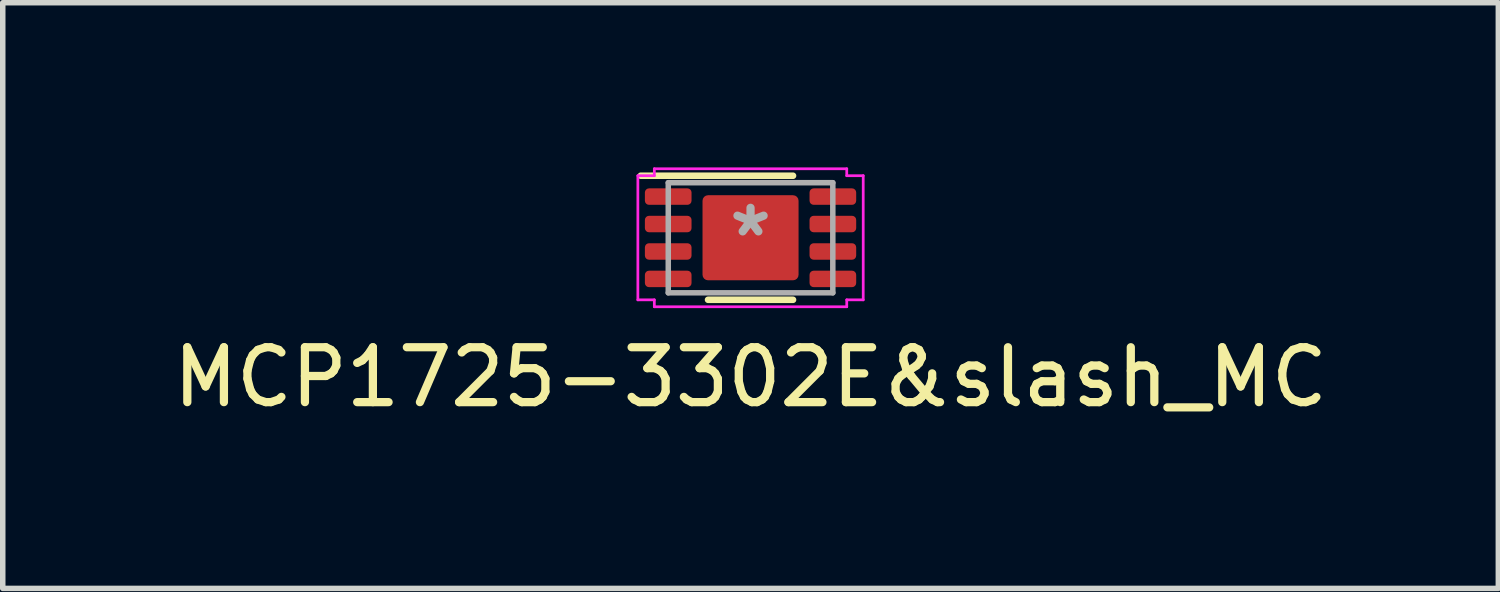
<source format=kicad_pcb>
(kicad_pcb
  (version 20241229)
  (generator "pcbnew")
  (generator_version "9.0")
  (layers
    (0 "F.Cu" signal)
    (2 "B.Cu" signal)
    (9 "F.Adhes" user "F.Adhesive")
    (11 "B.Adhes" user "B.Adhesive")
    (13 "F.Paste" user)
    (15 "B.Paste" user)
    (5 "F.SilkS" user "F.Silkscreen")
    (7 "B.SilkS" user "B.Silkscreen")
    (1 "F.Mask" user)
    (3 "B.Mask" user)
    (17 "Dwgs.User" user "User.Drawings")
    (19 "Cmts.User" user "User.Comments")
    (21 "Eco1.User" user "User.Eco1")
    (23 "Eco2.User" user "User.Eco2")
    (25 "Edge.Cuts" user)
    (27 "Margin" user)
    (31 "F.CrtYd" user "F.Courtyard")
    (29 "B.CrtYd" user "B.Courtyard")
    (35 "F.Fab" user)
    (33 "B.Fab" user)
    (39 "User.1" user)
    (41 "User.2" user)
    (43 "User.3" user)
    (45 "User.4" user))
  (footprint "MCP1725-3302E&slash_MC"
    (layer "F.Cu")
    (at 10.625 1.282)
    (property "Reference" "MCP1725-3302E&slash_MC" (at 0 2.54 0) (layer "F.SilkS") (effects (font (size 1 1) (thickness 0.15))))
    (attr through_hole)
    (fp_line (start -0.774 1.13) (end 0.774 1.13) (stroke (width 0.12) (type solid)) (layer "F.SilkS"))
    (fp_line (start 0.774 -1.13) (end -2 -1.13) (stroke (width 0.12) (type solid)) (layer "F.SilkS"))
    (fp_line (start -2.053 -1.131) (end -1.753 -1.131) (stroke (width 0.05) (type solid)) (layer "F.CrtYd"))
    (fp_line (start -2.053 1.131) (end -2.053 -1.131) (stroke (width 0.05) (type solid)) (layer "F.CrtYd"))
    (fp_line (start -1.753 -1.257) (end 1.753 -1.257) (stroke (width 0.05) (type solid)) (layer "F.CrtYd"))
    (fp_line (start -1.753 -1.131) (end -1.753 -1.257) (stroke (width 0.05) (type solid)) (layer "F.CrtYd"))
    (fp_line (start -1.753 1.131) (end -2.053 1.131) (stroke (width 0.05) (type solid)) (layer "F.CrtYd"))
    (fp_line (start -1.753 1.257) (end -1.753 1.131) (stroke (width 0.05) (type solid)) (layer "F.CrtYd"))
    (fp_line (start 1.753 -1.257) (end 1.753 -1.131) (stroke (width 0.05) (type solid)) (layer "F.CrtYd"))
    (fp_line (start 1.753 -1.131) (end 2.053 -1.131) (stroke (width 0.05) (type solid)) (layer "F.CrtYd"))
    (fp_line (start 1.753 1.131) (end 1.753 1.257) (stroke (width 0.05) (type solid)) (layer "F.CrtYd"))
    (fp_line (start 1.753 1.257) (end -1.753 1.257) (stroke (width 0.05) (type solid)) (layer "F.CrtYd"))
    (fp_line (start 2.053 -1.131) (end 2.053 1.131) (stroke (width 0.05) (type solid)) (layer "F.CrtYd"))
    (fp_line (start 2.053 1.131) (end 1.753 1.131) (stroke (width 0.05) (type solid)) (layer "F.CrtYd"))
    (fp_line (start -1.499 -1.003) (end -1.499 1.003) (stroke (width 0.1) (type solid)) (layer "F.Fab"))
    (fp_line (start -1.499 1.003) (end 1.499 1.003) (stroke (width 0.1) (type solid)) (layer "F.Fab"))
    (fp_line (start 1.499 -1.003) (end -1.499 -1.003) (stroke (width 0.1) (type solid)) (layer "F.Fab"))
    (fp_line (start 1.499 1.003) (end 1.499 -1.003) (stroke (width 0.1) (type solid)) (layer "F.Fab"))
    (fp_text user "*" (at 0 0 0) (layer "F.Fab") (effects (font (size 1 1) (thickness 0.15))))
    (pad "1" smd roundrect (at -1.5 -0.75) (size 0.85 0.3) (layers "F.Cu" "F.Mask" "F.Paste") (roundrect_rratio 0.25))
    (pad "2" smd roundrect (at -1.5 -0.25) (size 0.85 0.3) (layers "F.Cu" "F.Mask" "F.Paste") (roundrect_rratio 0.25))
    (pad "3" smd roundrect (at -1.5 0.25) (size 0.85 0.3) (layers "F.Cu" "F.Mask" "F.Paste") (roundrect_rratio 0.25))
    (pad "4" smd roundrect (at -1.5 0.75) (size 0.85 0.3) (layers "F.Cu" "F.Mask" "F.Paste") (roundrect_rratio 0.25))
    (pad "5" smd roundrect (at 1.5 0.75) (size 0.85 0.3) (layers "F.Cu" "F.Mask" "F.Paste") (roundrect_rratio 0.25))
    (pad "6" smd roundrect (at 1.5 0.25) (size 0.85 0.3) (layers "F.Cu" "F.Mask" "F.Paste") (roundrect_rratio 0.25))
    (pad "7" smd roundrect (at 1.5 -0.25) (size 0.85 0.3) (layers "F.Cu" "F.Mask" "F.Paste") (roundrect_rratio 0.25))
    (pad "8" smd roundrect (at 1.5 -0.75) (size 0.85 0.3) (layers "F.Cu" "F.Mask" "F.Paste") (roundrect_rratio 0.25))
    (pad "9" smd roundrect (at 0 0) (size 1.75 1.55) (layers "F.Cu" "F.Mask" "F.Paste") (roundrect_rratio 0.065)))
  (gr_rect
    (start -3 -3)
    (end 24.25 7.671)
    (stroke (width 0.1) (type default))
    (fill no)
    (layer "Edge.Cuts")))
</source>
